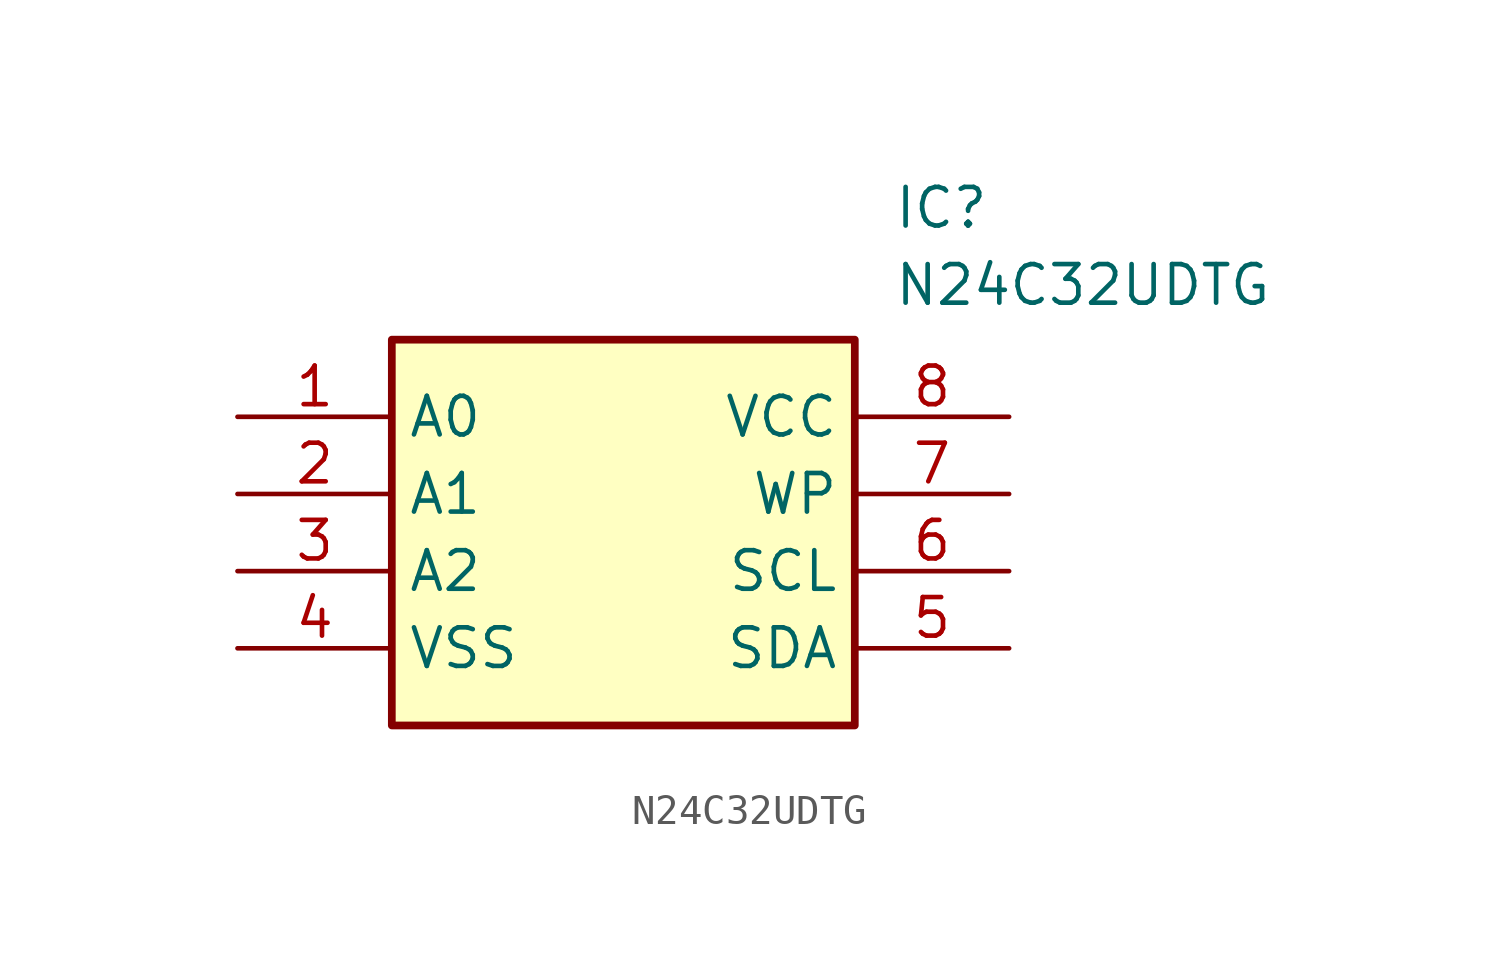
<source format=kicad_sym>
(kicad_symbol_lib
  (version 20211014)
  (generator SamacSys_ECAD_Model)
  (symbol "N24C32UDTG"
    (property "Reference" "IC"
      (at 21.59 7.62 0)
      (effects (font (size 1.27 1.27)) (justify left top)))
    (property "Value" "N24C32UDTG"
      (at 21.59 5.08 0)
      (effects (font (size 1.27 1.27)) (justify left top)))
    (rectangle
      (start 5.08 2.54)
      (end 20.32 -10.16)
      (stroke (width 0.254) (type default))
      (fill (type background)))
    (pin passive line
      (at 0 0 0)
      (length 5.08)
      (name "A0" (effects (font (size 1.27 1.27))))
      (number "1" (effects (font (size 1.27 1.27)))))
    (pin passive line
      (at 0 -2.54 0)
      (length 5.08)
      (name "A1" (effects (font (size 1.27 1.27))))
      (number "2" (effects (font (size 1.27 1.27)))))
    (pin passive line
      (at 0 -5.08 0)
      (length 5.08)
      (name "A2" (effects (font (size 1.27 1.27))))
      (number "3" (effects (font (size 1.27 1.27)))))
    (pin passive line
      (at 0 -7.62 0)
      (length 5.08)
      (name "VSS" (effects (font (size 1.27 1.27))))
      (number "4" (effects (font (size 1.27 1.27)))))
    (pin passive line
      (at 25.4 0 180)
      (length 5.08)
      (name "VCC" (effects (font (size 1.27 1.27))))
      (number "8" (effects (font (size 1.27 1.27)))))
    (pin passive line
      (at 25.4 -2.54 180)
      (length 5.08)
      (name "WP" (effects (font (size 1.27 1.27))))
      (number "7" (effects (font (size 1.27 1.27)))))
    (pin passive line
      (at 25.4 -5.08 180)
      (length 5.08)
      (name "SCL" (effects (font (size 1.27 1.27))))
      (number "6" (effects (font (size 1.27 1.27)))))
    (pin passive line
      (at 25.4 -7.62 180)
      (length 5.08)
      (name "SDA" (effects (font (size 1.27 1.27))))
      (number "5" (effects (font (size 1.27 1.27)))))))
</source>
